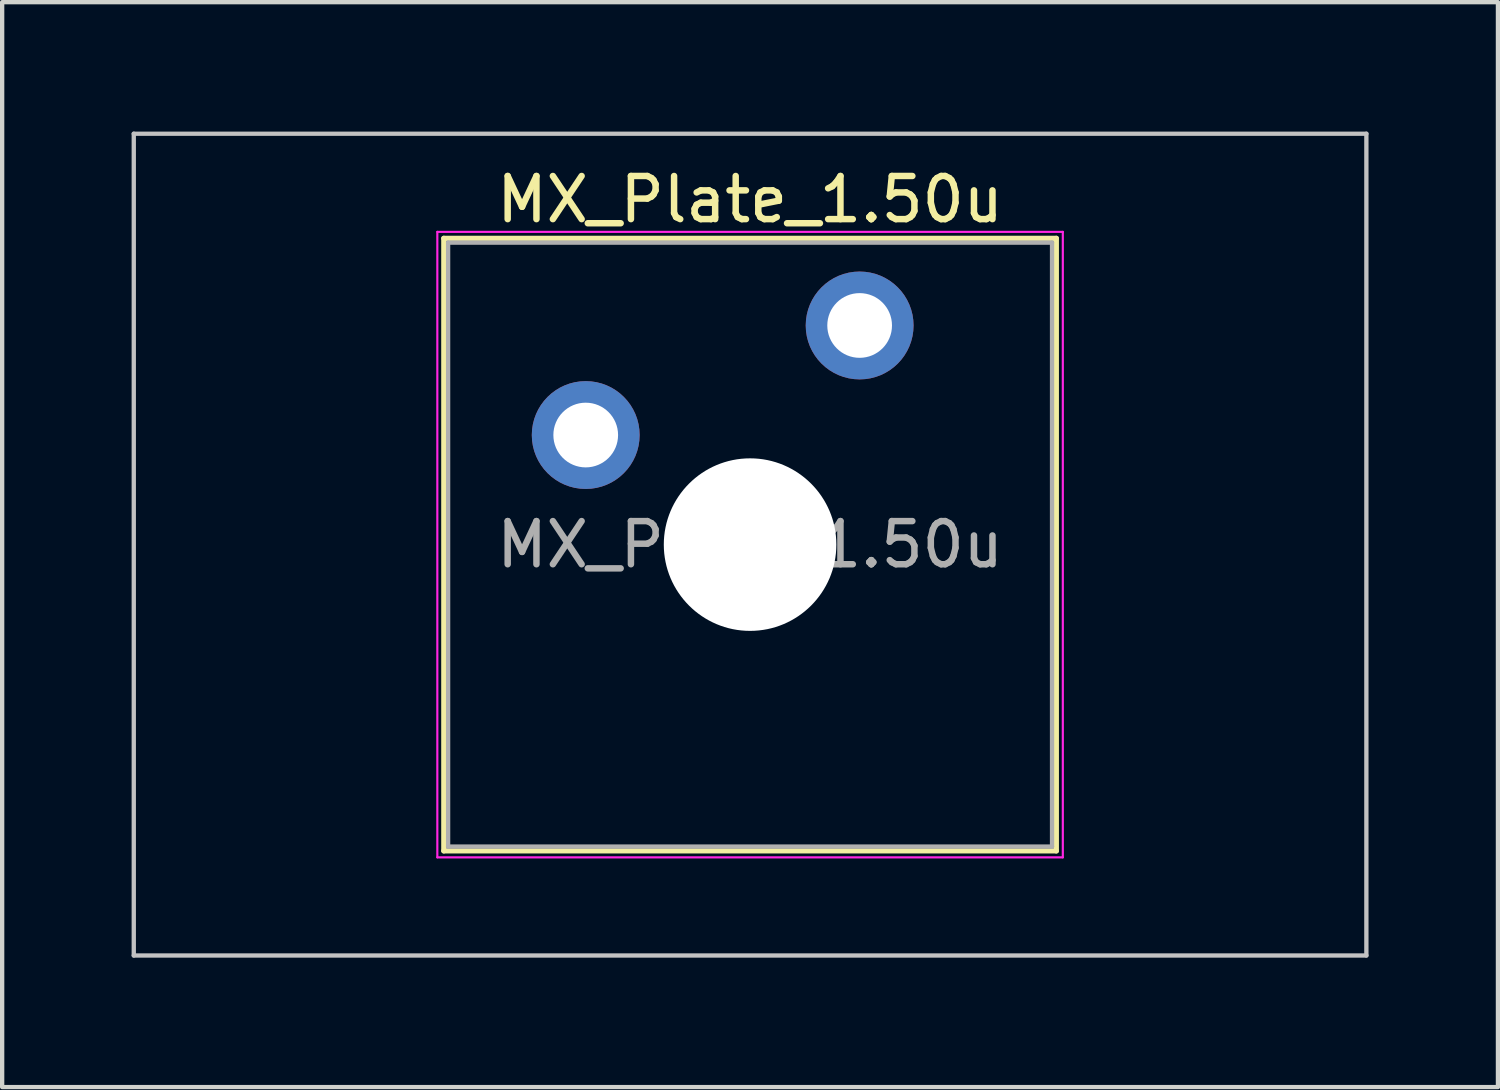
<source format=kicad_pcb>
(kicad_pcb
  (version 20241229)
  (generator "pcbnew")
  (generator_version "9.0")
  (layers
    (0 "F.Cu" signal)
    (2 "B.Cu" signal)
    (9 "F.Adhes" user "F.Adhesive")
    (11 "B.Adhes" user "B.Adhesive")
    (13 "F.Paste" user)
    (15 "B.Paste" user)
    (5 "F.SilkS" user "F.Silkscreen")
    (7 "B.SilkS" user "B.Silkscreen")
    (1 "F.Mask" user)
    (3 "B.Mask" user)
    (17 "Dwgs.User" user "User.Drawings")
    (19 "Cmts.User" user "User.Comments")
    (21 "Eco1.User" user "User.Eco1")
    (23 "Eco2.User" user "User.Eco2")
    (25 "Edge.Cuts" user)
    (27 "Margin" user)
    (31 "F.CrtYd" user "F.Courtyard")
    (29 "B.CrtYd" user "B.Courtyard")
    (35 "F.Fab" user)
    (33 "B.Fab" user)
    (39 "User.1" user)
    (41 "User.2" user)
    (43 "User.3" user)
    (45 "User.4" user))
  (footprint "MX_Plate_1.50u"
    (layer "F.Cu")
    (at 14.338 9.575)
    (property "Reference" "MX_Plate_1.50u" (at 0 -8 0) (layer "F.SilkS") (effects (font (size 1 1) (thickness 0.15))))
    (attr through_hole)
    (fp_line (start -7.1 -7.1) (end -7.1 7.1) (stroke (width 0.12) (type solid)) (layer "F.SilkS"))
    (fp_line (start -7.1 7.1) (end 7.1 7.1) (stroke (width 0.12) (type solid)) (layer "F.SilkS"))
    (fp_line (start 7.1 -7.1) (end -7.1 -7.1) (stroke (width 0.12) (type solid)) (layer "F.SilkS"))
    (fp_line (start 7.1 7.1) (end 7.1 -7.1) (stroke (width 0.12) (type solid)) (layer "F.SilkS"))
    (fp_line (start -14.287 -9.525) (end -14.287 9.525) (stroke (width 0.1) (type solid)) (layer "Dwgs.User"))
    (fp_line (start -14.287 9.525) (end 14.287 9.525) (stroke (width 0.1) (type solid)) (layer "Dwgs.User"))
    (fp_line (start 14.287 -9.525) (end -14.287 -9.525) (stroke (width 0.1) (type solid)) (layer "Dwgs.User"))
    (fp_line (start 14.287 9.525) (end 14.287 -9.525) (stroke (width 0.1) (type solid)) (layer "Dwgs.User"))
    (fp_line (start -7 -7) (end -7 7) (stroke (width 0.1) (type solid)) (layer "Eco1.User"))
    (fp_line (start -7 7) (end 7 7) (stroke (width 0.1) (type solid)) (layer "Eco1.User"))
    (fp_line (start 7 -7) (end -7 -7) (stroke (width 0.1) (type solid)) (layer "Eco1.User"))
    (fp_line (start 7 7) (end 7 -7) (stroke (width 0.1) (type solid)) (layer "Eco1.User"))
    (fp_line (start -7.25 -7.25) (end -7.25 7.25) (stroke (width 0.05) (type solid)) (layer "F.CrtYd"))
    (fp_line (start -7.25 7.25) (end 7.25 7.25) (stroke (width 0.05) (type solid)) (layer "F.CrtYd"))
    (fp_line (start 7.25 -7.25) (end -7.25 -7.25) (stroke (width 0.05) (type solid)) (layer "F.CrtYd"))
    (fp_line (start 7.25 7.25) (end 7.25 -7.25) (stroke (width 0.05) (type solid)) (layer "F.CrtYd"))
    (fp_line (start -7 -7) (end -7 7) (stroke (width 0.1) (type solid)) (layer "F.Fab"))
    (fp_line (start -7 7) (end 7 7) (stroke (width 0.1) (type solid)) (layer "F.Fab"))
    (fp_line (start 7 -7) (end -7 -7) (stroke (width 0.1) (type solid)) (layer "F.Fab"))
    (fp_line (start 7 7) (end 7 -7) (stroke (width 0.1) (type solid)) (layer "F.Fab"))
    (fp_text user "${REFERENCE}" (at 0 0 0) (layer "F.Fab") (effects (font (size 1 1) (thickness 0.15))))
    (pad "" np_thru_hole circle (at 0 0) (size 4 4) (drill 4) (layers "*.Cu" "*.Mask"))
    (pad "1" thru_hole circle (at -3.81 -2.54) (size 2.5 2.5) (drill 1.5) (layers "*.Cu" "*.Mask"))
    (pad "2" thru_hole circle (at 2.54 -5.08) (size 2.5 2.5) (drill 1.5) (layers "*.Cu" "*.Mask")))
  (gr_rect
    (start -3 -3)
    (end 31.675 22.15)
    (stroke (width 0.1) (type default))
    (fill no)
    (layer "Edge.Cuts")))
</source>
